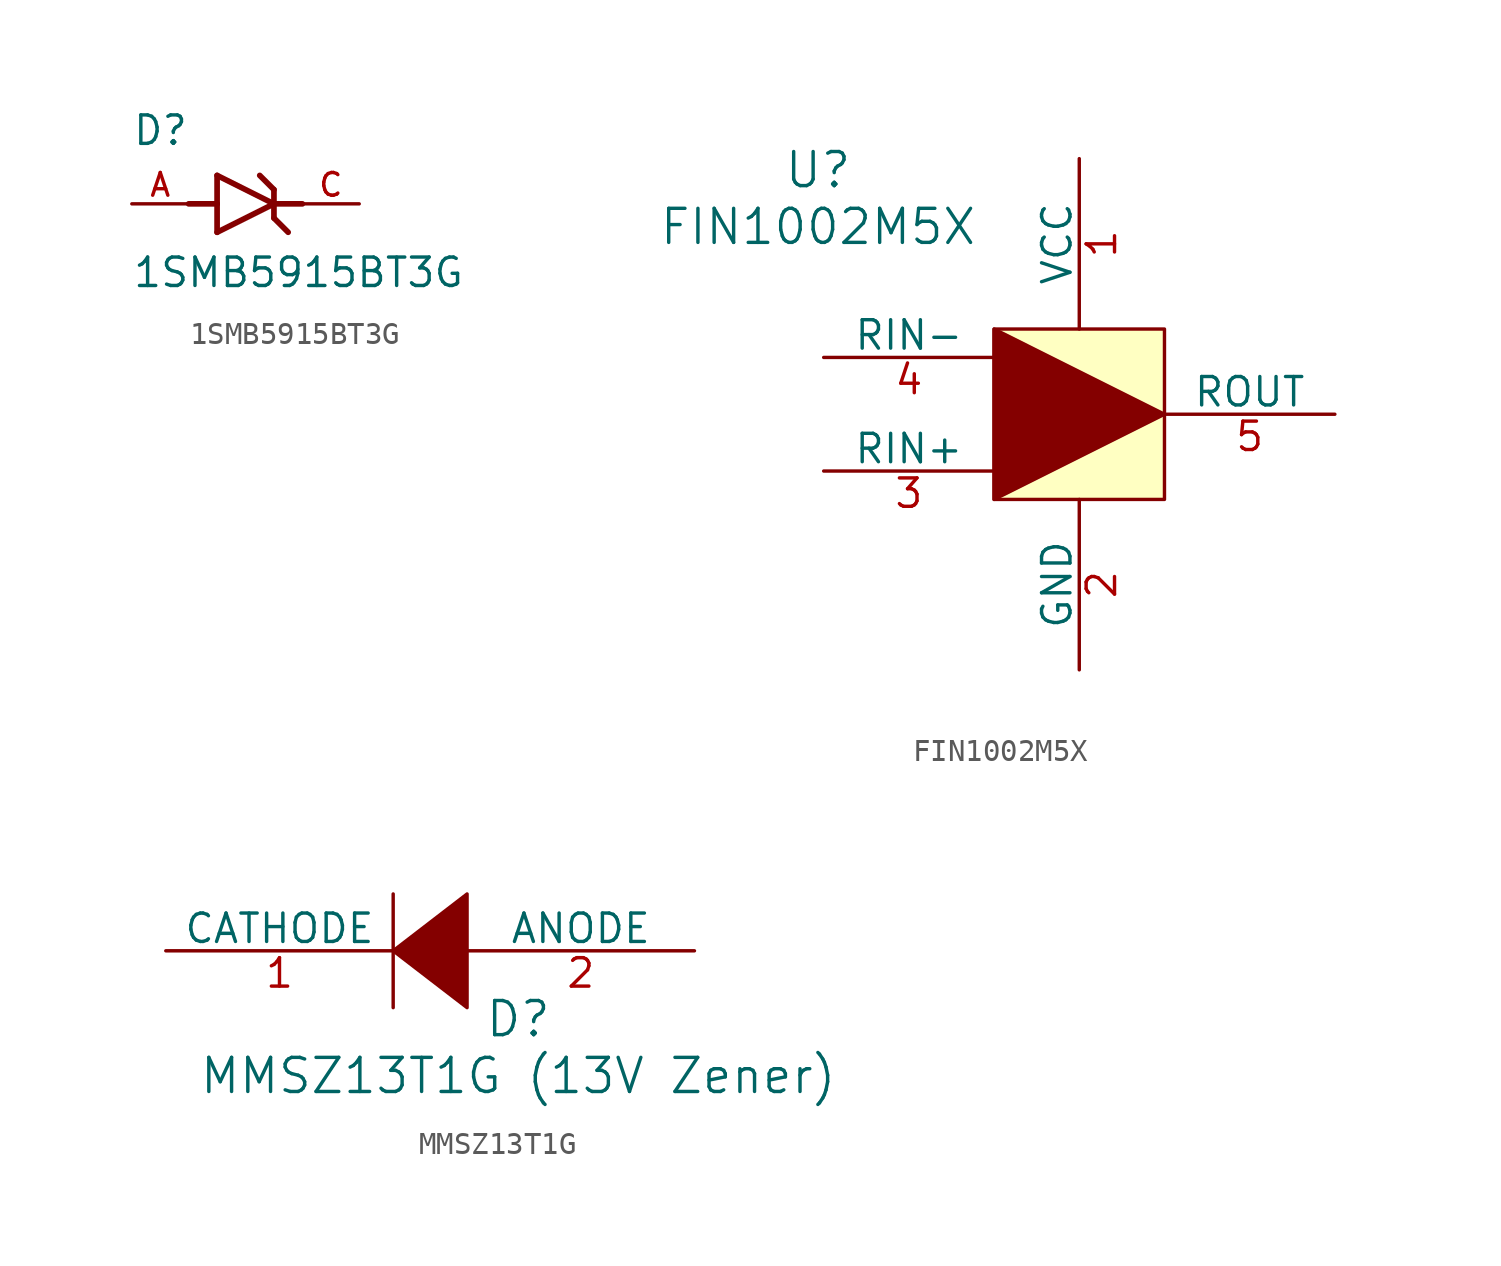
<source format=kicad_sym>
(kicad_symbol_lib
  (version 20231120)
  (generator "kicad_symbol_editor")
  (generator_version "8.0")
  (symbol "1SMB5915BT3G"
    (pin_names
      (offset 1.016))
    (property "Reference" "D"
      (at -5.08 2.54 0)
      (effects (font (size 1.27 1.27)) (justify left bottom)))
    (property "Value" "1SMB5915BT3G"
      (at -5.08 -3.81 0)
      (effects (font (size 1.27 1.27)) (justify left bottom)))
    (symbol "1SMB5915BT3G_0_0"
      (polyline (pts (xy -2.54 0) (xy -1.27 0)) (stroke (width 0.254) (type default)) (fill (type none)))
      (polyline (pts (xy -1.27 -1.27) (xy 1.27 0)) (stroke (width 0.254) (type default)) (fill (type none)))
      (polyline (pts (xy -1.27 0) (xy -1.27 -1.27)) (stroke (width 0.254) (type default)) (fill (type none)))
      (polyline (pts (xy -1.27 1.27) (xy -1.27 0)) (stroke (width 0.254) (type default)) (fill (type none)))
      (polyline (pts (xy 0.635 1.27) (xy 1.27 0.635)) (stroke (width 0.254) (type default)) (fill (type none)))
      (polyline (pts (xy 1.27 -0.635) (xy 1.905 -1.27)) (stroke (width 0.254) (type default)) (fill (type none)))
      (polyline (pts (xy 1.27 0) (xy -1.27 1.27)) (stroke (width 0.254) (type default)) (fill (type none)))
      (polyline (pts (xy 1.27 0) (xy 1.27 -0.635)) (stroke (width 0.254) (type default)) (fill (type none)))
      (polyline (pts (xy 1.27 0.635) (xy 1.27 0)) (stroke (width 0.254) (type default)) (fill (type none)))
      (polyline (pts (xy 2.54 0) (xy 1.27 0)) (stroke (width 0.254) (type default)) (fill (type none)))
      (pin passive line (at -5.08 0 0) (length 2.54) (name "~" (effects (font (size 1.016 1.016)))) (number "A" (effects (font (size 1.016 1.016)))))
      (pin passive line (at 5.08 0 180) (length 2.54) (name "~" (effects (font (size 1.016 1.016)))) (number "C" (effects (font (size 1.016 1.016)))))))
  (symbol "FIN1002M5X"
    (pin_names
      (offset 0))
    (property "Reference" "U"
      (at -7.874 14.732 0)
      (effects (font (size 1.524 1.524))))
    (property "Value" "FIN1002M5X"
      (at -7.874 12.192 0)
      (effects (font (size 1.524 1.524))))
    (symbol "FIN1002M5X_0_1"
      (pin power_in line (at 3.81 15.24 270) (length 7.62) (name "VCC" (effects (font (size 1.27 1.27)))) (number "1" (effects (font (size 1.27 1.27)))))
      (pin power_out line (at 3.81 -7.62 90) (length 7.62) (name "GND" (effects (font (size 1.27 1.27)))) (number "2" (effects (font (size 1.27 1.27)))))
      (pin unspecified line (at -7.62 1.27 0) (length 7.62) (name "RIN+" (effects (font (size 1.27 1.27)))) (number "3" (effects (font (size 1.27 1.27)))))
      (pin unspecified line (at -7.62 6.35 0) (length 7.62) (name "RIN-" (effects (font (size 1.27 1.27)))) (number "4" (effects (font (size 1.27 1.27)))))
      (pin output line (at 15.24 3.81 180) (length 7.62) (name "ROUT" (effects (font (size 1.27 1.27)))) (number "5" (effects (font (size 1.27 1.27))))))
    (symbol "FIN1002M5X_1_1"
      (polyline (pts (xy 0 0) (xy 0 7.62) (xy 7.62 3.81) (xy 0 0)) (stroke (width 0) (type default)) (fill (type outline)))
      (rectangle (start 0 7.62) (end 7.62 0) (stroke (width 0) (type default)) (fill (type background)))))
  (symbol "MMSZ13T1G"
    (pin_names
      (offset 0))
    (property "Reference" "D"
      (at 13.208 -3.048 0)
      (effects (font (size 1.524 1.524))))
    (property "Value" "MMSZ13T1G (13V Zener)"
      (at 13.208 -5.588 0)
      (effects (font (size 1.524 1.524))))
    (symbol "MMSZ13T1G_1_1"
      (polyline (pts (xy 7.62 2.54) (xy 7.62 -2.54)) (stroke (width 0) (type default)) (fill (type none)))
      (polyline (pts (xy 7.62 0) (xy 10.922 2.54) (xy 10.922 -2.54) (xy 7.62 0)) (stroke (width 0) (type default)) (fill (type outline)))
      (pin unspecified line (at -2.54 0 0) (length 10.16) (name "CATHODE" (effects (font (size 1.27 1.27)))) (number "1" (effects (font (size 1.27 1.27)))))
      (pin unspecified line (at 21.082 0 180) (length 10.16) (name "ANODE" (effects (font (size 1.27 1.27)))) (number "2" (effects (font (size 1.27 1.27))))))))
</source>
